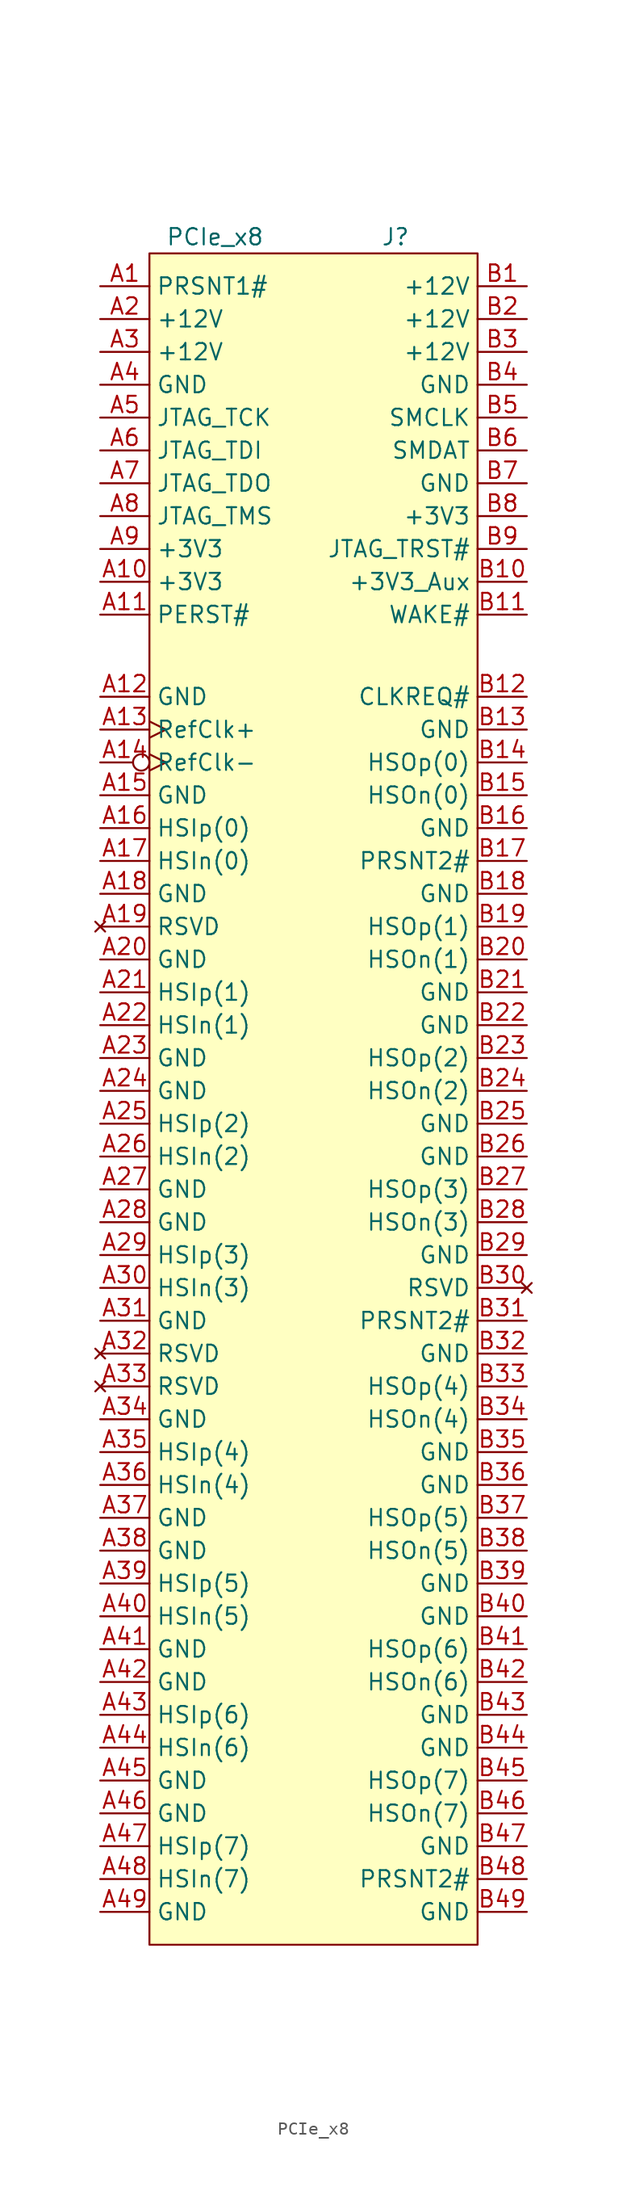
<source format=kicad_sym>
(kicad_symbol_lib
  (version 20231120)
  (generator "kicad_symbol_editor")
  (generator_version "8.0")
  (symbol "PCIe_x8"
    (property "Reference" "J"
      (at 6.35 31.75 0)
      (effects (font (size 1.27 1.27))))
    (property "Value" "PCIe_x8"
      (at -7.62 31.75 0)
      (effects (font (size 1.27 1.27))))
    (symbol "PCIe_x8_0_1"
      (rectangle (start -12.7 30.48) (end 12.7 -100.33) (stroke (width 0) (type default)) (fill (type background))))
    (symbol "PCIe_x8_1_1"
      (pin passive line (at -16.51 27.94 0) (length 3.81) (name "PRSNT1#" (effects (font (size 1.27 1.27)))) (number "A1" (effects (font (size 1.27 1.27)))))
      (pin passive line (at -16.51 5.08 0) (length 3.81) (name "+3V3" (effects (font (size 1.27 1.27)))) (number "A10" (effects (font (size 1.27 1.27)))))
      (pin passive line (at -16.51 2.54 0) (length 3.81) (name "PERST#" (effects (font (size 1.27 1.27)))) (number "A11" (effects (font (size 1.27 1.27)))))
      (pin passive line (at -16.51 -3.81 0) (length 3.81) (name "GND" (effects (font (size 1.27 1.27)))) (number "A12" (effects (font (size 1.27 1.27)))))
      (pin passive clock (at -16.51 -6.35 0) (length 3.81) (name "RefClk+" (effects (font (size 1.27 1.27)))) (number "A13" (effects (font (size 1.27 1.27)))))
      (pin passive inverted_clock (at -16.51 -8.89 0) (length 3.81) (name "RefClk-" (effects (font (size 1.27 1.27)))) (number "A14" (effects (font (size 1.27 1.27)))))
      (pin passive line (at -16.51 -11.43 0) (length 3.81) (name "GND" (effects (font (size 1.27 1.27)))) (number "A15" (effects (font (size 1.27 1.27)))))
      (pin passive line (at -16.51 -13.97 0) (length 3.81) (name "HSIp(0)" (effects (font (size 1.27 1.27)))) (number "A16" (effects (font (size 1.27 1.27)))))
      (pin passive line (at -16.51 -16.51 0) (length 3.81) (name "HSIn(0)" (effects (font (size 1.27 1.27)))) (number "A17" (effects (font (size 1.27 1.27)))))
      (pin passive line (at -16.51 -19.05 0) (length 3.81) (name "GND" (effects (font (size 1.27 1.27)))) (number "A18" (effects (font (size 1.27 1.27)))))
      (pin no_connect line (at -16.51 -21.59 0) (length 3.81) (name "RSVD" (effects (font (size 1.27 1.27)))) (number "A19" (effects (font (size 1.27 1.27)))))
      (pin passive line (at -16.51 25.4 0) (length 3.81) (name "+12V" (effects (font (size 1.27 1.27)))) (number "A2" (effects (font (size 1.27 1.27)))))
      (pin passive line (at -16.51 -24.13 0) (length 3.81) (name "GND" (effects (font (size 1.27 1.27)))) (number "A20" (effects (font (size 1.27 1.27)))))
      (pin passive line (at -16.51 -26.67 0) (length 3.81) (name "HSIp(1)" (effects (font (size 1.27 1.27)))) (number "A21" (effects (font (size 1.27 1.27)))))
      (pin passive line (at -16.51 -29.21 0) (length 3.81) (name "HSIn(1)" (effects (font (size 1.27 1.27)))) (number "A22" (effects (font (size 1.27 1.27)))))
      (pin passive line (at -16.51 -31.75 0) (length 3.81) (name "GND" (effects (font (size 1.27 1.27)))) (number "A23" (effects (font (size 1.27 1.27)))))
      (pin passive line (at -16.51 -34.29 0) (length 3.81) (name "GND" (effects (font (size 1.27 1.27)))) (number "A24" (effects (font (size 1.27 1.27)))))
      (pin passive line (at -16.51 -36.83 0) (length 3.81) (name "HSIp(2)" (effects (font (size 1.27 1.27)))) (number "A25" (effects (font (size 1.27 1.27)))))
      (pin passive line (at -16.51 -39.37 0) (length 3.81) (name "HSIn(2)" (effects (font (size 1.27 1.27)))) (number "A26" (effects (font (size 1.27 1.27)))))
      (pin passive line (at -16.51 -41.91 0) (length 3.81) (name "GND" (effects (font (size 1.27 1.27)))) (number "A27" (effects (font (size 1.27 1.27)))))
      (pin passive line (at -16.51 -44.45 0) (length 3.81) (name "GND" (effects (font (size 1.27 1.27)))) (number "A28" (effects (font (size 1.27 1.27)))))
      (pin passive line (at -16.51 -46.99 0) (length 3.81) (name "HSIp(3)" (effects (font (size 1.27 1.27)))) (number "A29" (effects (font (size 1.27 1.27)))))
      (pin passive line (at -16.51 22.86 0) (length 3.81) (name "+12V" (effects (font (size 1.27 1.27)))) (number "A3" (effects (font (size 1.27 1.27)))))
      (pin passive line (at -16.51 -49.53 0) (length 3.81) (name "HSIn(3)" (effects (font (size 1.27 1.27)))) (number "A30" (effects (font (size 1.27 1.27)))))
      (pin passive line (at -16.51 -52.07 0) (length 3.81) (name "GND" (effects (font (size 1.27 1.27)))) (number "A31" (effects (font (size 1.27 1.27)))))
      (pin no_connect line (at -16.51 -54.61 0) (length 3.81) (name "RSVD" (effects (font (size 1.27 1.27)))) (number "A32" (effects (font (size 1.27 1.27)))))
      (pin no_connect line (at -16.51 -57.15 0) (length 3.81) (name "RSVD" (effects (font (size 1.27 1.27)))) (number "A33" (effects (font (size 1.27 1.27)))))
      (pin passive line (at -16.51 -59.69 0) (length 3.81) (name "GND" (effects (font (size 1.27 1.27)))) (number "A34" (effects (font (size 1.27 1.27)))))
      (pin passive line (at -16.51 -62.23 0) (length 3.81) (name "HSIp(4)" (effects (font (size 1.27 1.27)))) (number "A35" (effects (font (size 1.27 1.27)))))
      (pin passive line (at -16.51 -64.77 0) (length 3.81) (name "HSIn(4)" (effects (font (size 1.27 1.27)))) (number "A36" (effects (font (size 1.27 1.27)))))
      (pin passive line (at -16.51 -67.31 0) (length 3.81) (name "GND" (effects (font (size 1.27 1.27)))) (number "A37" (effects (font (size 1.27 1.27)))))
      (pin passive line (at -16.51 -69.85 0) (length 3.81) (name "GND" (effects (font (size 1.27 1.27)))) (number "A38" (effects (font (size 1.27 1.27)))))
      (pin passive line (at -16.51 -72.39 0) (length 3.81) (name "HSIp(5)" (effects (font (size 1.27 1.27)))) (number "A39" (effects (font (size 1.27 1.27)))))
      (pin passive line (at -16.51 20.32 0) (length 3.81) (name "GND" (effects (font (size 1.27 1.27)))) (number "A4" (effects (font (size 1.27 1.27)))))
      (pin passive line (at -16.51 -74.93 0) (length 3.81) (name "HSIn(5)" (effects (font (size 1.27 1.27)))) (number "A40" (effects (font (size 1.27 1.27)))))
      (pin passive line (at -16.51 -77.47 0) (length 3.81) (name "GND" (effects (font (size 1.27 1.27)))) (number "A41" (effects (font (size 1.27 1.27)))))
      (pin passive line (at -16.51 -80.01 0) (length 3.81) (name "GND" (effects (font (size 1.27 1.27)))) (number "A42" (effects (font (size 1.27 1.27)))))
      (pin passive line (at -16.51 -82.55 0) (length 3.81) (name "HSIp(6)" (effects (font (size 1.27 1.27)))) (number "A43" (effects (font (size 1.27 1.27)))))
      (pin passive line (at -16.51 -85.09 0) (length 3.81) (name "HSIn(6)" (effects (font (size 1.27 1.27)))) (number "A44" (effects (font (size 1.27 1.27)))))
      (pin passive line (at -16.51 -87.63 0) (length 3.81) (name "GND" (effects (font (size 1.27 1.27)))) (number "A45" (effects (font (size 1.27 1.27)))))
      (pin passive line (at -16.51 -90.17 0) (length 3.81) (name "GND" (effects (font (size 1.27 1.27)))) (number "A46" (effects (font (size 1.27 1.27)))))
      (pin passive line (at -16.51 -92.71 0) (length 3.81) (name "HSIp(7)" (effects (font (size 1.27 1.27)))) (number "A47" (effects (font (size 1.27 1.27)))))
      (pin passive line (at -16.51 -95.25 0) (length 3.81) (name "HSIn(7)" (effects (font (size 1.27 1.27)))) (number "A48" (effects (font (size 1.27 1.27)))))
      (pin passive line (at -16.51 -97.79 0) (length 3.81) (name "GND" (effects (font (size 1.27 1.27)))) (number "A49" (effects (font (size 1.27 1.27)))))
      (pin passive line (at -16.51 17.78 0) (length 3.81) (name "JTAG_TCK" (effects (font (size 1.27 1.27)))) (number "A5" (effects (font (size 1.27 1.27)))))
      (pin passive line (at -16.51 15.24 0) (length 3.81) (name "JTAG_TDI" (effects (font (size 1.27 1.27)))) (number "A6" (effects (font (size 1.27 1.27)))))
      (pin passive line (at -16.51 12.7 0) (length 3.81) (name "JTAG_TDO" (effects (font (size 1.27 1.27)))) (number "A7" (effects (font (size 1.27 1.27)))))
      (pin passive line (at -16.51 10.16 0) (length 3.81) (name "JTAG_TMS" (effects (font (size 1.27 1.27)))) (number "A8" (effects (font (size 1.27 1.27)))))
      (pin passive line (at -16.51 7.62 0) (length 3.81) (name "+3V3" (effects (font (size 1.27 1.27)))) (number "A9" (effects (font (size 1.27 1.27)))))
      (pin passive line (at 16.51 27.94 180) (length 3.81) (name "+12V" (effects (font (size 1.27 1.27)))) (number "B1" (effects (font (size 1.27 1.27)))))
      (pin passive line (at 16.51 5.08 180) (length 3.81) (name "+3V3_Aux" (effects (font (size 1.27 1.27)))) (number "B10" (effects (font (size 1.27 1.27)))))
      (pin passive line (at 16.51 2.54 180) (length 3.81) (name "WAKE#" (effects (font (size 1.27 1.27)))) (number "B11" (effects (font (size 1.27 1.27)))))
      (pin passive line (at 16.51 -3.81 180) (length 3.81) (name "CLKREQ#" (effects (font (size 1.27 1.27)))) (number "B12" (effects (font (size 1.27 1.27)))))
      (pin passive line (at 16.51 -6.35 180) (length 3.81) (name "GND" (effects (font (size 1.27 1.27)))) (number "B13" (effects (font (size 1.27 1.27)))))
      (pin passive line (at 16.51 -8.89 180) (length 3.81) (name "HSOp(0)" (effects (font (size 1.27 1.27)))) (number "B14" (effects (font (size 1.27 1.27)))))
      (pin passive line (at 16.51 -11.43 180) (length 3.81) (name "HSOn(0)" (effects (font (size 1.27 1.27)))) (number "B15" (effects (font (size 1.27 1.27)))))
      (pin passive line (at 16.51 -13.97 180) (length 3.81) (name "GND" (effects (font (size 1.27 1.27)))) (number "B16" (effects (font (size 1.27 1.27)))))
      (pin passive line (at 16.51 -16.51 180) (length 3.81) (name "PRSNT2#" (effects (font (size 1.27 1.27)))) (number "B17" (effects (font (size 1.27 1.27)))))
      (pin passive line (at 16.51 -19.05 180) (length 3.81) (name "GND" (effects (font (size 1.27 1.27)))) (number "B18" (effects (font (size 1.27 1.27)))))
      (pin passive line (at 16.51 -21.59 180) (length 3.81) (name "HSOp(1)" (effects (font (size 1.27 1.27)))) (number "B19" (effects (font (size 1.27 1.27)))))
      (pin passive line (at 16.51 25.4 180) (length 3.81) (name "+12V" (effects (font (size 1.27 1.27)))) (number "B2" (effects (font (size 1.27 1.27)))))
      (pin passive line (at 16.51 -24.13 180) (length 3.81) (name "HSOn(1)" (effects (font (size 1.27 1.27)))) (number "B20" (effects (font (size 1.27 1.27)))))
      (pin passive line (at 16.51 -26.67 180) (length 3.81) (name "GND" (effects (font (size 1.27 1.27)))) (number "B21" (effects (font (size 1.27 1.27)))))
      (pin passive line (at 16.51 -29.21 180) (length 3.81) (name "GND" (effects (font (size 1.27 1.27)))) (number "B22" (effects (font (size 1.27 1.27)))))
      (pin passive line (at 16.51 -31.75 180) (length 3.81) (name "HSOp(2)" (effects (font (size 1.27 1.27)))) (number "B23" (effects (font (size 1.27 1.27)))))
      (pin passive line (at 16.51 -34.29 180) (length 3.81) (name "HSOn(2)" (effects (font (size 1.27 1.27)))) (number "B24" (effects (font (size 1.27 1.27)))))
      (pin passive line (at 16.51 -36.83 180) (length 3.81) (name "GND" (effects (font (size 1.27 1.27)))) (number "B25" (effects (font (size 1.27 1.27)))))
      (pin passive line (at 16.51 -39.37 180) (length 3.81) (name "GND" (effects (font (size 1.27 1.27)))) (number "B26" (effects (font (size 1.27 1.27)))))
      (pin passive line (at 16.51 -41.91 180) (length 3.81) (name "HSOp(3)" (effects (font (size 1.27 1.27)))) (number "B27" (effects (font (size 1.27 1.27)))))
      (pin passive line (at 16.51 -44.45 180) (length 3.81) (name "HSOn(3)" (effects (font (size 1.27 1.27)))) (number "B28" (effects (font (size 1.27 1.27)))))
      (pin passive line (at 16.51 -46.99 180) (length 3.81) (name "GND" (effects (font (size 1.27 1.27)))) (number "B29" (effects (font (size 1.27 1.27)))))
      (pin passive line (at 16.51 22.86 180) (length 3.81) (name "+12V" (effects (font (size 1.27 1.27)))) (number "B3" (effects (font (size 1.27 1.27)))))
      (pin no_connect line (at 16.51 -49.53 180) (length 3.81) (name "RSVD" (effects (font (size 1.27 1.27)))) (number "B30" (effects (font (size 1.27 1.27)))))
      (pin passive line (at 16.51 -52.07 180) (length 3.81) (name "PRSNT2#" (effects (font (size 1.27 1.27)))) (number "B31" (effects (font (size 1.27 1.27)))))
      (pin passive line (at 16.51 -54.61 180) (length 3.81) (name "GND" (effects (font (size 1.27 1.27)))) (number "B32" (effects (font (size 1.27 1.27)))))
      (pin passive line (at 16.51 -57.15 180) (length 3.81) (name "HSOp(4)" (effects (font (size 1.27 1.27)))) (number "B33" (effects (font (size 1.27 1.27)))))
      (pin passive line (at 16.51 -59.69 180) (length 3.81) (name "HSOn(4)" (effects (font (size 1.27 1.27)))) (number "B34" (effects (font (size 1.27 1.27)))))
      (pin passive line (at 16.51 -62.23 180) (length 3.81) (name "GND" (effects (font (size 1.27 1.27)))) (number "B35" (effects (font (size 1.27 1.27)))))
      (pin passive line (at 16.51 -64.77 180) (length 3.81) (name "GND" (effects (font (size 1.27 1.27)))) (number "B36" (effects (font (size 1.27 1.27)))))
      (pin passive line (at 16.51 -67.31 180) (length 3.81) (name "HSOp(5)" (effects (font (size 1.27 1.27)))) (number "B37" (effects (font (size 1.27 1.27)))))
      (pin passive line (at 16.51 -69.85 180) (length 3.81) (name "HSOn(5)" (effects (font (size 1.27 1.27)))) (number "B38" (effects (font (size 1.27 1.27)))))
      (pin passive line (at 16.51 -72.39 180) (length 3.81) (name "GND" (effects (font (size 1.27 1.27)))) (number "B39" (effects (font (size 1.27 1.27)))))
      (pin passive line (at 16.51 20.32 180) (length 3.81) (name "GND" (effects (font (size 1.27 1.27)))) (number "B4" (effects (font (size 1.27 1.27)))))
      (pin passive line (at 16.51 -74.93 180) (length 3.81) (name "GND" (effects (font (size 1.27 1.27)))) (number "B40" (effects (font (size 1.27 1.27)))))
      (pin passive line (at 16.51 -77.47 180) (length 3.81) (name "HSOp(6)" (effects (font (size 1.27 1.27)))) (number "B41" (effects (font (size 1.27 1.27)))))
      (pin passive line (at 16.51 -80.01 180) (length 3.81) (name "HSOn(6)" (effects (font (size 1.27 1.27)))) (number "B42" (effects (font (size 1.27 1.27)))))
      (pin passive line (at 16.51 -82.55 180) (length 3.81) (name "GND" (effects (font (size 1.27 1.27)))) (number "B43" (effects (font (size 1.27 1.27)))))
      (pin passive line (at 16.51 -85.09 180) (length 3.81) (name "GND" (effects (font (size 1.27 1.27)))) (number "B44" (effects (font (size 1.27 1.27)))))
      (pin passive line (at 16.51 -87.63 180) (length 3.81) (name "HSOp(7)" (effects (font (size 1.27 1.27)))) (number "B45" (effects (font (size 1.27 1.27)))))
      (pin passive line (at 16.51 -90.17 180) (length 3.81) (name "HSOn(7)" (effects (font (size 1.27 1.27)))) (number "B46" (effects (font (size 1.27 1.27)))))
      (pin passive line (at 16.51 -92.71 180) (length 3.81) (name "GND" (effects (font (size 1.27 1.27)))) (number "B47" (effects (font (size 1.27 1.27)))))
      (pin passive line (at 16.51 -95.25 180) (length 3.81) (name "PRSNT2#" (effects (font (size 1.27 1.27)))) (number "B48" (effects (font (size 1.27 1.27)))))
      (pin passive line (at 16.51 -97.79 180) (length 3.81) (name "GND" (effects (font (size 1.27 1.27)))) (number "B49" (effects (font (size 1.27 1.27)))))
      (pin passive line (at 16.51 17.78 180) (length 3.81) (name "SMCLK" (effects (font (size 1.27 1.27)))) (number "B5" (effects (font (size 1.27 1.27)))))
      (pin passive line (at 16.51 15.24 180) (length 3.81) (name "SMDAT" (effects (font (size 1.27 1.27)))) (number "B6" (effects (font (size 1.27 1.27)))))
      (pin passive line (at 16.51 12.7 180) (length 3.81) (name "GND" (effects (font (size 1.27 1.27)))) (number "B7" (effects (font (size 1.27 1.27)))))
      (pin passive line (at 16.51 10.16 180) (length 3.81) (name "+3V3" (effects (font (size 1.27 1.27)))) (number "B8" (effects (font (size 1.27 1.27)))))
      (pin passive line (at 16.51 7.62 180) (length 3.81) (name "JTAG_TRST#" (effects (font (size 1.27 1.27)))) (number "B9" (effects (font (size 1.27 1.27))))))))
</source>
